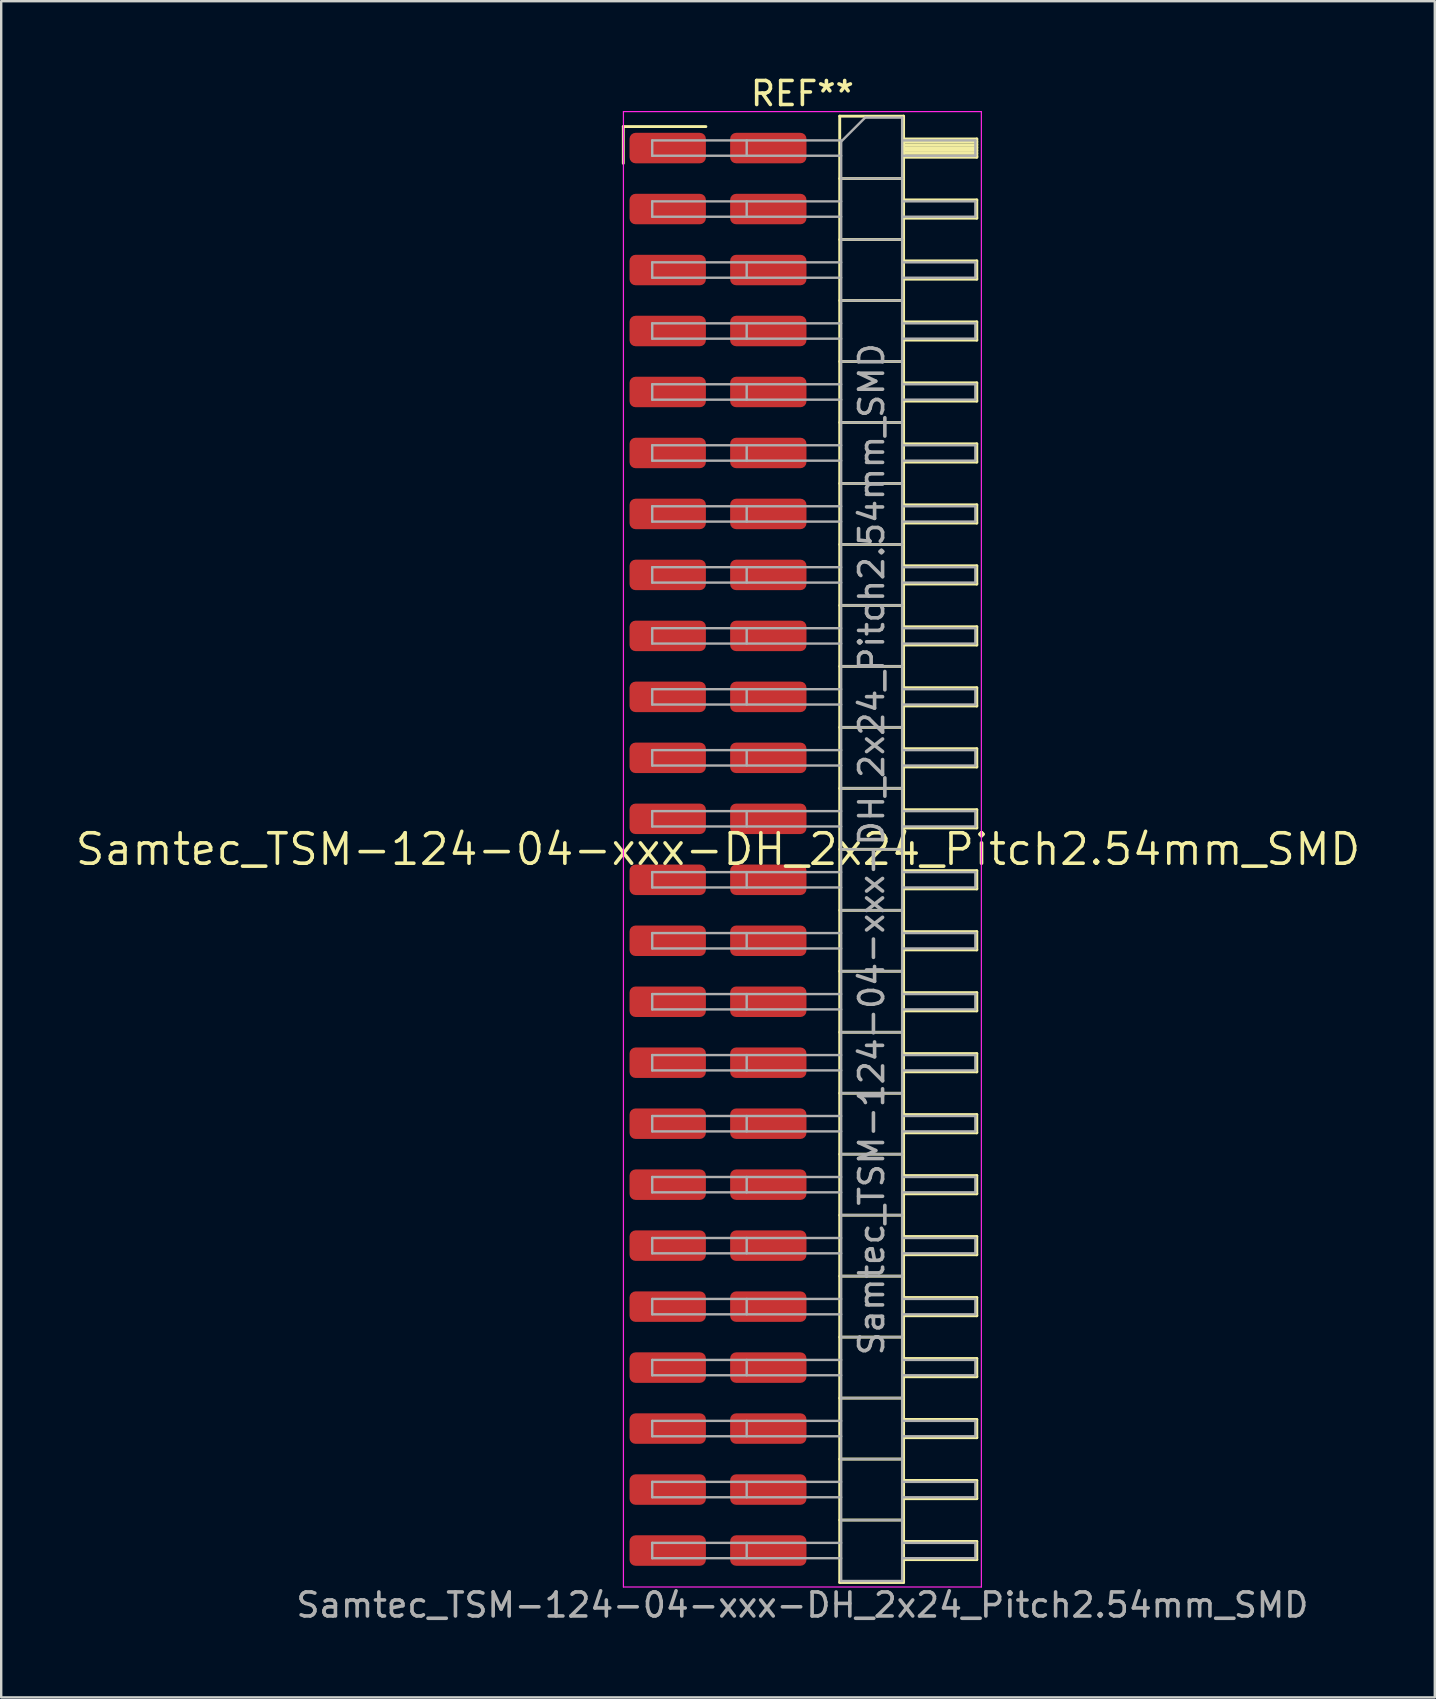
<source format=kicad_pcb>
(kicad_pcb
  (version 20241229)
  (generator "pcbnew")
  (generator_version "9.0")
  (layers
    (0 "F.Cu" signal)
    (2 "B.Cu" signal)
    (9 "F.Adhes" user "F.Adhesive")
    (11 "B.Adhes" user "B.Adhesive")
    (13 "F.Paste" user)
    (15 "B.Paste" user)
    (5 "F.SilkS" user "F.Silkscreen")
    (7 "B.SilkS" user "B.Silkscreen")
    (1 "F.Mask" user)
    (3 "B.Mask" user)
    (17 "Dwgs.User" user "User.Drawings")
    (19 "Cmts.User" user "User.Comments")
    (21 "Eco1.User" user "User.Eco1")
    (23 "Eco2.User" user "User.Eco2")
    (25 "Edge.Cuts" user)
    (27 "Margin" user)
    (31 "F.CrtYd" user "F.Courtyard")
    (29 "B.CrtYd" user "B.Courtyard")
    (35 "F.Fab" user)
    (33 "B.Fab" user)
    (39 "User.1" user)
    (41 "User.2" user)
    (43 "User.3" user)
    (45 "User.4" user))
  (footprint "Samtec_TSM-124-04-xxx-DH_2x24_Pitch2.54mm_SMD"
    (layer "F.Cu")
    (at 26.859 32.328)
    (property "Reference" "Samtec_TSM-124-04-xxx-DH_2x24_Pitch2.54mm_SMD" (at 0 0 0) (layer "F.SilkS") (effects (font (size 1.27 1.27) (thickness 0.15))))
    (attr smd)
    (fp_line (start -3.945 -30.105) (end -0.505 -30.105) (stroke (width 0.12) (type solid)) (layer "F.SilkS"))
    (fp_line (start -3.945 -28.575) (end -3.945 -30.105) (stroke (width 0.12) (type solid)) (layer "F.SilkS"))
    (fp_line (start 5.07 -30.54) (end 7.73 -30.54) (stroke (width 0.12) (type solid)) (layer "F.SilkS"))
    (fp_line (start 5.07 -27.94) (end 7.73 -27.94) (stroke (width 0.12) (type solid)) (layer "F.SilkS"))
    (fp_line (start 5.07 -25.4) (end 7.73 -25.4) (stroke (width 0.12) (type solid)) (layer "F.SilkS"))
    (fp_line (start 5.07 -22.86) (end 7.73 -22.86) (stroke (width 0.12) (type solid)) (layer "F.SilkS"))
    (fp_line (start 5.07 -20.32) (end 7.73 -20.32) (stroke (width 0.12) (type solid)) (layer "F.SilkS"))
    (fp_line (start 5.07 -17.78) (end 7.73 -17.78) (stroke (width 0.12) (type solid)) (layer "F.SilkS"))
    (fp_line (start 5.07 -15.24) (end 7.73 -15.24) (stroke (width 0.12) (type solid)) (layer "F.SilkS"))
    (fp_line (start 5.07 -12.7) (end 7.73 -12.7) (stroke (width 0.12) (type solid)) (layer "F.SilkS"))
    (fp_line (start 5.07 -10.16) (end 7.73 -10.16) (stroke (width 0.12) (type solid)) (layer "F.SilkS"))
    (fp_line (start 5.07 -7.62) (end 7.73 -7.62) (stroke (width 0.12) (type solid)) (layer "F.SilkS"))
    (fp_line (start 5.07 -5.08) (end 7.73 -5.08) (stroke (width 0.12) (type solid)) (layer "F.SilkS"))
    (fp_line (start 5.07 -2.54) (end 7.73 -2.54) (stroke (width 0.12) (type solid)) (layer "F.SilkS"))
    (fp_line (start 5.07 0) (end 7.73 0) (stroke (width 0.12) (type solid)) (layer "F.SilkS"))
    (fp_line (start 5.07 2.54) (end 7.73 2.54) (stroke (width 0.12) (type solid)) (layer "F.SilkS"))
    (fp_line (start 5.07 5.08) (end 7.73 5.08) (stroke (width 0.12) (type solid)) (layer "F.SilkS"))
    (fp_line (start 5.07 7.62) (end 7.73 7.62) (stroke (width 0.12) (type solid)) (layer "F.SilkS"))
    (fp_line (start 5.07 10.16) (end 7.73 10.16) (stroke (width 0.12) (type solid)) (layer "F.SilkS"))
    (fp_line (start 5.07 12.7) (end 7.73 12.7) (stroke (width 0.12) (type solid)) (layer "F.SilkS"))
    (fp_line (start 5.07 15.24) (end 7.73 15.24) (stroke (width 0.12) (type solid)) (layer "F.SilkS"))
    (fp_line (start 5.07 17.78) (end 7.73 17.78) (stroke (width 0.12) (type solid)) (layer "F.SilkS"))
    (fp_line (start 5.07 20.32) (end 7.73 20.32) (stroke (width 0.12) (type solid)) (layer "F.SilkS"))
    (fp_line (start 5.07 22.86) (end 7.73 22.86) (stroke (width 0.12) (type solid)) (layer "F.SilkS"))
    (fp_line (start 5.07 25.4) (end 7.73 25.4) (stroke (width 0.12) (type solid)) (layer "F.SilkS"))
    (fp_line (start 5.07 27.94) (end 7.73 27.94) (stroke (width 0.12) (type solid)) (layer "F.SilkS"))
    (fp_line (start 5.07 30.54) (end 5.07 -30.54) (stroke (width 0.12) (type solid)) (layer "F.SilkS"))
    (fp_line (start 7.73 -30.54) (end 7.73 30.54) (stroke (width 0.12) (type solid)) (layer "F.SilkS"))
    (fp_line (start 7.73 -29.59) (end 10.78 -29.59) (stroke (width 0.12) (type solid)) (layer "F.SilkS"))
    (fp_line (start 7.73 -29.47) (end 10.78 -29.47) (stroke (width 0.12) (type solid)) (layer "F.SilkS"))
    (fp_line (start 7.73 -29.35) (end 10.78 -29.35) (stroke (width 0.12) (type solid)) (layer "F.SilkS"))
    (fp_line (start 7.73 -29.23) (end 10.78 -29.23) (stroke (width 0.12) (type solid)) (layer "F.SilkS"))
    (fp_line (start 7.73 -29.11) (end 10.78 -29.11) (stroke (width 0.12) (type solid)) (layer "F.SilkS"))
    (fp_line (start 7.73 -28.99) (end 10.78 -28.99) (stroke (width 0.12) (type solid)) (layer "F.SilkS"))
    (fp_line (start 7.73 -28.87) (end 10.78 -28.87) (stroke (width 0.12) (type solid)) (layer "F.SilkS"))
    (fp_line (start 7.73 -28.83) (end 10.78 -28.83) (stroke (width 0.12) (type solid)) (layer "F.SilkS"))
    (fp_line (start 7.73 -27.05) (end 10.78 -27.05) (stroke (width 0.12) (type solid)) (layer "F.SilkS"))
    (fp_line (start 7.73 -26.29) (end 10.78 -26.29) (stroke (width 0.12) (type solid)) (layer "F.SilkS"))
    (fp_line (start 7.73 -24.51) (end 10.78 -24.51) (stroke (width 0.12) (type solid)) (layer "F.SilkS"))
    (fp_line (start 7.73 -23.75) (end 10.78 -23.75) (stroke (width 0.12) (type solid)) (layer "F.SilkS"))
    (fp_line (start 7.73 -21.97) (end 10.78 -21.97) (stroke (width 0.12) (type solid)) (layer "F.SilkS"))
    (fp_line (start 7.73 -21.21) (end 10.78 -21.21) (stroke (width 0.12) (type solid)) (layer "F.SilkS"))
    (fp_line (start 7.73 -19.43) (end 10.78 -19.43) (stroke (width 0.12) (type solid)) (layer "F.SilkS"))
    (fp_line (start 7.73 -18.67) (end 10.78 -18.67) (stroke (width 0.12) (type solid)) (layer "F.SilkS"))
    (fp_line (start 7.73 -16.89) (end 10.78 -16.89) (stroke (width 0.12) (type solid)) (layer "F.SilkS"))
    (fp_line (start 7.73 -16.13) (end 10.78 -16.13) (stroke (width 0.12) (type solid)) (layer "F.SilkS"))
    (fp_line (start 7.73 -14.35) (end 10.78 -14.35) (stroke (width 0.12) (type solid)) (layer "F.SilkS"))
    (fp_line (start 7.73 -13.59) (end 10.78 -13.59) (stroke (width 0.12) (type solid)) (layer "F.SilkS"))
    (fp_line (start 7.73 -11.81) (end 10.78 -11.81) (stroke (width 0.12) (type solid)) (layer "F.SilkS"))
    (fp_line (start 7.73 -11.05) (end 10.78 -11.05) (stroke (width 0.12) (type solid)) (layer "F.SilkS"))
    (fp_line (start 7.73 -9.27) (end 10.78 -9.27) (stroke (width 0.12) (type solid)) (layer "F.SilkS"))
    (fp_line (start 7.73 -8.51) (end 10.78 -8.51) (stroke (width 0.12) (type solid)) (layer "F.SilkS"))
    (fp_line (start 7.73 -6.73) (end 10.78 -6.73) (stroke (width 0.12) (type solid)) (layer "F.SilkS"))
    (fp_line (start 7.73 -5.97) (end 10.78 -5.97) (stroke (width 0.12) (type solid)) (layer "F.SilkS"))
    (fp_line (start 7.73 -4.19) (end 10.78 -4.19) (stroke (width 0.12) (type solid)) (layer "F.SilkS"))
    (fp_line (start 7.73 -3.43) (end 10.78 -3.43) (stroke (width 0.12) (type solid)) (layer "F.SilkS"))
    (fp_line (start 7.73 -1.65) (end 10.78 -1.65) (stroke (width 0.12) (type solid)) (layer "F.SilkS"))
    (fp_line (start 7.73 -0.89) (end 10.78 -0.89) (stroke (width 0.12) (type solid)) (layer "F.SilkS"))
    (fp_line (start 7.73 0.89) (end 10.78 0.89) (stroke (width 0.12) (type solid)) (layer "F.SilkS"))
    (fp_line (start 7.73 1.65) (end 10.78 1.65) (stroke (width 0.12) (type solid)) (layer "F.SilkS"))
    (fp_line (start 7.73 3.43) (end 10.78 3.43) (stroke (width 0.12) (type solid)) (layer "F.SilkS"))
    (fp_line (start 7.73 4.19) (end 10.78 4.19) (stroke (width 0.12) (type solid)) (layer "F.SilkS"))
    (fp_line (start 7.73 5.97) (end 10.78 5.97) (stroke (width 0.12) (type solid)) (layer "F.SilkS"))
    (fp_line (start 7.73 6.73) (end 10.78 6.73) (stroke (width 0.12) (type solid)) (layer "F.SilkS"))
    (fp_line (start 7.73 8.51) (end 10.78 8.51) (stroke (width 0.12) (type solid)) (layer "F.SilkS"))
    (fp_line (start 7.73 9.27) (end 10.78 9.27) (stroke (width 0.12) (type solid)) (layer "F.SilkS"))
    (fp_line (start 7.73 11.05) (end 10.78 11.05) (stroke (width 0.12) (type solid)) (layer "F.SilkS"))
    (fp_line (start 7.73 11.81) (end 10.78 11.81) (stroke (width 0.12) (type solid)) (layer "F.SilkS"))
    (fp_line (start 7.73 13.59) (end 10.78 13.59) (stroke (width 0.12) (type solid)) (layer "F.SilkS"))
    (fp_line (start 7.73 14.35) (end 10.78 14.35) (stroke (width 0.12) (type solid)) (layer "F.SilkS"))
    (fp_line (start 7.73 16.13) (end 10.78 16.13) (stroke (width 0.12) (type solid)) (layer "F.SilkS"))
    (fp_line (start 7.73 16.89) (end 10.78 16.89) (stroke (width 0.12) (type solid)) (layer "F.SilkS"))
    (fp_line (start 7.73 18.67) (end 10.78 18.67) (stroke (width 0.12) (type solid)) (layer "F.SilkS"))
    (fp_line (start 7.73 19.43) (end 10.78 19.43) (stroke (width 0.12) (type solid)) (layer "F.SilkS"))
    (fp_line (start 7.73 21.21) (end 10.78 21.21) (stroke (width 0.12) (type solid)) (layer "F.SilkS"))
    (fp_line (start 7.73 21.97) (end 10.78 21.97) (stroke (width 0.12) (type solid)) (layer "F.SilkS"))
    (fp_line (start 7.73 23.75) (end 10.78 23.75) (stroke (width 0.12) (type solid)) (layer "F.SilkS"))
    (fp_line (start 7.73 24.51) (end 10.78 24.51) (stroke (width 0.12) (type solid)) (layer "F.SilkS"))
    (fp_line (start 7.73 26.29) (end 10.78 26.29) (stroke (width 0.12) (type solid)) (layer "F.SilkS"))
    (fp_line (start 7.73 27.05) (end 10.78 27.05) (stroke (width 0.12) (type solid)) (layer "F.SilkS"))
    (fp_line (start 7.73 28.83) (end 10.78 28.83) (stroke (width 0.12) (type solid)) (layer "F.SilkS"))
    (fp_line (start 7.73 29.59) (end 10.78 29.59) (stroke (width 0.12) (type solid)) (layer "F.SilkS"))
    (fp_line (start 7.73 30.54) (end 5.07 30.54) (stroke (width 0.12) (type solid)) (layer "F.SilkS"))
    (fp_line (start 10.78 -29.59) (end 10.78 -28.83) (stroke (width 0.12) (type solid)) (layer "F.SilkS"))
    (fp_line (start 10.78 -27.05) (end 10.78 -26.29) (stroke (width 0.12) (type solid)) (layer "F.SilkS"))
    (fp_line (start 10.78 -24.51) (end 10.78 -23.75) (stroke (width 0.12) (type solid)) (layer "F.SilkS"))
    (fp_line (start 10.78 -21.97) (end 10.78 -21.21) (stroke (width 0.12) (type solid)) (layer "F.SilkS"))
    (fp_line (start 10.78 -19.43) (end 10.78 -18.67) (stroke (width 0.12) (type solid)) (layer "F.SilkS"))
    (fp_line (start 10.78 -16.89) (end 10.78 -16.13) (stroke (width 0.12) (type solid)) (layer "F.SilkS"))
    (fp_line (start 10.78 -14.35) (end 10.78 -13.59) (stroke (width 0.12) (type solid)) (layer "F.SilkS"))
    (fp_line (start 10.78 -11.81) (end 10.78 -11.05) (stroke (width 0.12) (type solid)) (layer "F.SilkS"))
    (fp_line (start 10.78 -9.27) (end 10.78 -8.51) (stroke (width 0.12) (type solid)) (layer "F.SilkS"))
    (fp_line (start 10.78 -6.73) (end 10.78 -5.97) (stroke (width 0.12) (type solid)) (layer "F.SilkS"))
    (fp_line (start 10.78 -4.19) (end 10.78 -3.43) (stroke (width 0.12) (type solid)) (layer "F.SilkS"))
    (fp_line (start 10.78 -1.65) (end 10.78 -0.89) (stroke (width 0.12) (type solid)) (layer "F.SilkS"))
    (fp_line (start 10.78 0.89) (end 10.78 1.65) (stroke (width 0.12) (type solid)) (layer "F.SilkS"))
    (fp_line (start 10.78 3.43) (end 10.78 4.19) (stroke (width 0.12) (type solid)) (layer "F.SilkS"))
    (fp_line (start 10.78 5.97) (end 10.78 6.73) (stroke (width 0.12) (type solid)) (layer "F.SilkS"))
    (fp_line (start 10.78 8.51) (end 10.78 9.27) (stroke (width 0.12) (type solid)) (layer "F.SilkS"))
    (fp_line (start 10.78 11.05) (end 10.78 11.81) (stroke (width 0.12) (type solid)) (layer "F.SilkS"))
    (fp_line (start 10.78 13.59) (end 10.78 14.35) (stroke (width 0.12) (type solid)) (layer "F.SilkS"))
    (fp_line (start 10.78 16.13) (end 10.78 16.89) (stroke (width 0.12) (type solid)) (layer "F.SilkS"))
    (fp_line (start 10.78 18.67) (end 10.78 19.43) (stroke (width 0.12) (type solid)) (layer "F.SilkS"))
    (fp_line (start 10.78 21.21) (end 10.78 21.97) (stroke (width 0.12) (type solid)) (layer "F.SilkS"))
    (fp_line (start 10.78 23.75) (end 10.78 24.51) (stroke (width 0.12) (type solid)) (layer "F.SilkS"))
    (fp_line (start 10.78 26.29) (end 10.78 27.05) (stroke (width 0.12) (type solid)) (layer "F.SilkS"))
    (fp_line (start 10.78 28.83) (end 10.78 29.59) (stroke (width 0.12) (type solid)) (layer "F.SilkS"))
    (fp_line (start -3.94 -30.73) (end 10.97 -30.73) (stroke (width 0.05) (type solid)) (layer "F.CrtYd"))
    (fp_line (start -3.94 30.73) (end -3.94 -30.73) (stroke (width 0.05) (type solid)) (layer "F.CrtYd"))
    (fp_line (start 10.97 -30.73) (end 10.97 30.73) (stroke (width 0.05) (type solid)) (layer "F.CrtYd"))
    (fp_line (start 10.97 30.73) (end -3.94 30.73) (stroke (width 0.05) (type solid)) (layer "F.CrtYd"))
    (fp_line (start -2.74 -29.53) (end -2.74 -28.89) (stroke (width 0.1) (type solid)) (layer "F.Fab"))
    (fp_line (start -2.74 -29.53) (end 5.13 -29.53) (stroke (width 0.1) (type solid)) (layer "F.Fab"))
    (fp_line (start -2.74 -28.89) (end 5.13 -28.89) (stroke (width 0.1) (type solid)) (layer "F.Fab"))
    (fp_line (start -2.74 -26.99) (end -2.74 -26.35) (stroke (width 0.1) (type solid)) (layer "F.Fab"))
    (fp_line (start -2.74 -26.99) (end 5.13 -26.99) (stroke (width 0.1) (type solid)) (layer "F.Fab"))
    (fp_line (start -2.74 -26.35) (end 5.13 -26.35) (stroke (width 0.1) (type solid)) (layer "F.Fab"))
    (fp_line (start -2.74 -24.45) (end -2.74 -23.81) (stroke (width 0.1) (type solid)) (layer "F.Fab"))
    (fp_line (start -2.74 -24.45) (end 5.13 -24.45) (stroke (width 0.1) (type solid)) (layer "F.Fab"))
    (fp_line (start -2.74 -23.81) (end 5.13 -23.81) (stroke (width 0.1) (type solid)) (layer "F.Fab"))
    (fp_line (start -2.74 -21.91) (end -2.74 -21.27) (stroke (width 0.1) (type solid)) (layer "F.Fab"))
    (fp_line (start -2.74 -21.91) (end 5.13 -21.91) (stroke (width 0.1) (type solid)) (layer "F.Fab"))
    (fp_line (start -2.74 -21.27) (end 5.13 -21.27) (stroke (width 0.1) (type solid)) (layer "F.Fab"))
    (fp_line (start -2.74 -19.37) (end -2.74 -18.73) (stroke (width 0.1) (type solid)) (layer "F.Fab"))
    (fp_line (start -2.74 -19.37) (end 5.13 -19.37) (stroke (width 0.1) (type solid)) (layer "F.Fab"))
    (fp_line (start -2.74 -18.73) (end 5.13 -18.73) (stroke (width 0.1) (type solid)) (layer "F.Fab"))
    (fp_line (start -2.74 -16.83) (end -2.74 -16.19) (stroke (width 0.1) (type solid)) (layer "F.Fab"))
    (fp_line (start -2.74 -16.83) (end 5.13 -16.83) (stroke (width 0.1) (type solid)) (layer "F.Fab"))
    (fp_line (start -2.74 -16.19) (end 5.13 -16.19) (stroke (width 0.1) (type solid)) (layer "F.Fab"))
    (fp_line (start -2.74 -14.29) (end -2.74 -13.65) (stroke (width 0.1) (type solid)) (layer "F.Fab"))
    (fp_line (start -2.74 -14.29) (end 5.13 -14.29) (stroke (width 0.1) (type solid)) (layer "F.Fab"))
    (fp_line (start -2.74 -13.65) (end 5.13 -13.65) (stroke (width 0.1) (type solid)) (layer "F.Fab"))
    (fp_line (start -2.74 -11.75) (end -2.74 -11.11) (stroke (width 0.1) (type solid)) (layer "F.Fab"))
    (fp_line (start -2.74 -11.75) (end 5.13 -11.75) (stroke (width 0.1) (type solid)) (layer "F.Fab"))
    (fp_line (start -2.74 -11.11) (end 5.13 -11.11) (stroke (width 0.1) (type solid)) (layer "F.Fab"))
    (fp_line (start -2.74 -9.21) (end -2.74 -8.57) (stroke (width 0.1) (type solid)) (layer "F.Fab"))
    (fp_line (start -2.74 -9.21) (end 5.13 -9.21) (stroke (width 0.1) (type solid)) (layer "F.Fab"))
    (fp_line (start -2.74 -8.57) (end 5.13 -8.57) (stroke (width 0.1) (type solid)) (layer "F.Fab"))
    (fp_line (start -2.74 -6.67) (end -2.74 -6.03) (stroke (width 0.1) (type solid)) (layer "F.Fab"))
    (fp_line (start -2.74 -6.67) (end 5.13 -6.67) (stroke (width 0.1) (type solid)) (layer "F.Fab"))
    (fp_line (start -2.74 -6.03) (end 5.13 -6.03) (stroke (width 0.1) (type solid)) (layer "F.Fab"))
    (fp_line (start -2.74 -4.13) (end -2.74 -3.49) (stroke (width 0.1) (type solid)) (layer "F.Fab"))
    (fp_line (start -2.74 -4.13) (end 5.13 -4.13) (stroke (width 0.1) (type solid)) (layer "F.Fab"))
    (fp_line (start -2.74 -3.49) (end 5.13 -3.49) (stroke (width 0.1) (type solid)) (layer "F.Fab"))
    (fp_line (start -2.74 -1.59) (end -2.74 -0.95) (stroke (width 0.1) (type solid)) (layer "F.Fab"))
    (fp_line (start -2.74 -1.59) (end 5.13 -1.59) (stroke (width 0.1) (type solid)) (layer "F.Fab"))
    (fp_line (start -2.74 -0.95) (end 5.13 -0.95) (stroke (width 0.1) (type solid)) (layer "F.Fab"))
    (fp_line (start -2.74 0.95) (end -2.74 1.59) (stroke (width 0.1) (type solid)) (layer "F.Fab"))
    (fp_line (start -2.74 0.95) (end 5.13 0.95) (stroke (width 0.1) (type solid)) (layer "F.Fab"))
    (fp_line (start -2.74 1.59) (end 5.13 1.59) (stroke (width 0.1) (type solid)) (layer "F.Fab"))
    (fp_line (start -2.74 3.49) (end -2.74 4.13) (stroke (width 0.1) (type solid)) (layer "F.Fab"))
    (fp_line (start -2.74 3.49) (end 5.13 3.49) (stroke (width 0.1) (type solid)) (layer "F.Fab"))
    (fp_line (start -2.74 4.13) (end 5.13 4.13) (stroke (width 0.1) (type solid)) (layer "F.Fab"))
    (fp_line (start -2.74 6.03) (end -2.74 6.67) (stroke (width 0.1) (type solid)) (layer "F.Fab"))
    (fp_line (start -2.74 6.03) (end 5.13 6.03) (stroke (width 0.1) (type solid)) (layer "F.Fab"))
    (fp_line (start -2.74 6.67) (end 5.13 6.67) (stroke (width 0.1) (type solid)) (layer "F.Fab"))
    (fp_line (start -2.74 8.57) (end -2.74 9.21) (stroke (width 0.1) (type solid)) (layer "F.Fab"))
    (fp_line (start -2.74 8.57) (end 5.13 8.57) (stroke (width 0.1) (type solid)) (layer "F.Fab"))
    (fp_line (start -2.74 9.21) (end 5.13 9.21) (stroke (width 0.1) (type solid)) (layer "F.Fab"))
    (fp_line (start -2.74 11.11) (end -2.74 11.75) (stroke (width 0.1) (type solid)) (layer "F.Fab"))
    (fp_line (start -2.74 11.11) (end 5.13 11.11) (stroke (width 0.1) (type solid)) (layer "F.Fab"))
    (fp_line (start -2.74 11.75) (end 5.13 11.75) (stroke (width 0.1) (type solid)) (layer "F.Fab"))
    (fp_line (start -2.74 13.65) (end -2.74 14.29) (stroke (width 0.1) (type solid)) (layer "F.Fab"))
    (fp_line (start -2.74 13.65) (end 5.13 13.65) (stroke (width 0.1) (type solid)) (layer "F.Fab"))
    (fp_line (start -2.74 14.29) (end 5.13 14.29) (stroke (width 0.1) (type solid)) (layer "F.Fab"))
    (fp_line (start -2.74 16.19) (end -2.74 16.83) (stroke (width 0.1) (type solid)) (layer "F.Fab"))
    (fp_line (start -2.74 16.19) (end 5.13 16.19) (stroke (width 0.1) (type solid)) (layer "F.Fab"))
    (fp_line (start -2.74 16.83) (end 5.13 16.83) (stroke (width 0.1) (type solid)) (layer "F.Fab"))
    (fp_line (start -2.74 18.73) (end -2.74 19.37) (stroke (width 0.1) (type solid)) (layer "F.Fab"))
    (fp_line (start -2.74 18.73) (end 5.13 18.73) (stroke (width 0.1) (type solid)) (layer "F.Fab"))
    (fp_line (start -2.74 19.37) (end 5.13 19.37) (stroke (width 0.1) (type solid)) (layer "F.Fab"))
    (fp_line (start -2.74 21.27) (end -2.74 21.91) (stroke (width 0.1) (type solid)) (layer "F.Fab"))
    (fp_line (start -2.74 21.27) (end 5.13 21.27) (stroke (width 0.1) (type solid)) (layer "F.Fab"))
    (fp_line (start -2.74 21.91) (end 5.13 21.91) (stroke (width 0.1) (type solid)) (layer "F.Fab"))
    (fp_line (start -2.74 23.81) (end -2.74 24.45) (stroke (width 0.1) (type solid)) (layer "F.Fab"))
    (fp_line (start -2.74 23.81) (end 5.13 23.81) (stroke (width 0.1) (type solid)) (layer "F.Fab"))
    (fp_line (start -2.74 24.45) (end 5.13 24.45) (stroke (width 0.1) (type solid)) (layer "F.Fab"))
    (fp_line (start -2.74 26.35) (end -2.74 26.99) (stroke (width 0.1) (type solid)) (layer "F.Fab"))
    (fp_line (start -2.74 26.35) (end 5.13 26.35) (stroke (width 0.1) (type solid)) (layer "F.Fab"))
    (fp_line (start -2.74 26.99) (end 5.13 26.99) (stroke (width 0.1) (type solid)) (layer "F.Fab"))
    (fp_line (start -2.74 28.89) (end -2.74 29.53) (stroke (width 0.1) (type solid)) (layer "F.Fab"))
    (fp_line (start -2.74 28.89) (end 5.13 28.89) (stroke (width 0.1) (type solid)) (layer "F.Fab"))
    (fp_line (start -2.74 29.53) (end 5.13 29.53) (stroke (width 0.1) (type solid)) (layer "F.Fab"))
    (fp_line (start 1.195 -29.53) (end 1.195 -28.89) (stroke (width 0.1) (type solid)) (layer "F.Fab"))
    (fp_line (start 1.195 -26.99) (end 1.195 -26.35) (stroke (width 0.1) (type solid)) (layer "F.Fab"))
    (fp_line (start 1.195 -24.45) (end 1.195 -23.81) (stroke (width 0.1) (type solid)) (layer "F.Fab"))
    (fp_line (start 1.195 -21.91) (end 1.195 -21.27) (stroke (width 0.1) (type solid)) (layer "F.Fab"))
    (fp_line (start 1.195 -19.37) (end 1.195 -18.73) (stroke (width 0.1) (type solid)) (layer "F.Fab"))
    (fp_line (start 1.195 -16.83) (end 1.195 -16.19) (stroke (width 0.1) (type solid)) (layer "F.Fab"))
    (fp_line (start 1.195 -14.29) (end 1.195 -13.65) (stroke (width 0.1) (type solid)) (layer "F.Fab"))
    (fp_line (start 1.195 -11.75) (end 1.195 -11.11) (stroke (width 0.1) (type solid)) (layer "F.Fab"))
    (fp_line (start 1.195 -9.21) (end 1.195 -8.57) (stroke (width 0.1) (type solid)) (layer "F.Fab"))
    (fp_line (start 1.195 -6.67) (end 1.195 -6.03) (stroke (width 0.1) (type solid)) (layer "F.Fab"))
    (fp_line (start 1.195 -4.13) (end 1.195 -3.49) (stroke (width 0.1) (type solid)) (layer "F.Fab"))
    (fp_line (start 1.195 -1.59) (end 1.195 -0.95) (stroke (width 0.1) (type solid)) (layer "F.Fab"))
    (fp_line (start 1.195 0.95) (end 1.195 1.59) (stroke (width 0.1) (type solid)) (layer "F.Fab"))
    (fp_line (start 1.195 3.49) (end 1.195 4.13) (stroke (width 0.1) (type solid)) (layer "F.Fab"))
    (fp_line (start 1.195 6.03) (end 1.195 6.67) (stroke (width 0.1) (type solid)) (layer "F.Fab"))
    (fp_line (start 1.195 8.57) (end 1.195 9.21) (stroke (width 0.1) (type solid)) (layer "F.Fab"))
    (fp_line (start 1.195 11.11) (end 1.195 11.75) (stroke (width 0.1) (type solid)) (layer "F.Fab"))
    (fp_line (start 1.195 13.65) (end 1.195 14.29) (stroke (width 0.1) (type solid)) (layer "F.Fab"))
    (fp_line (start 1.195 16.19) (end 1.195 16.83) (stroke (width 0.1) (type solid)) (layer "F.Fab"))
    (fp_line (start 1.195 18.73) (end 1.195 19.37) (stroke (width 0.1) (type solid)) (layer "F.Fab"))
    (fp_line (start 1.195 21.27) (end 1.195 21.91) (stroke (width 0.1) (type solid)) (layer "F.Fab"))
    (fp_line (start 1.195 23.81) (end 1.195 24.45) (stroke (width 0.1) (type solid)) (layer "F.Fab"))
    (fp_line (start 1.195 26.35) (end 1.195 26.99) (stroke (width 0.1) (type solid)) (layer "F.Fab"))
    (fp_line (start 1.195 28.89) (end 1.195 29.53) (stroke (width 0.1) (type solid)) (layer "F.Fab"))
    (fp_line (start 5.13 -29.48) (end 6.13 -30.48) (stroke (width 0.1) (type solid)) (layer "F.Fab"))
    (fp_line (start 5.13 -27.94) (end 7.67 -27.94) (stroke (width 0.1) (type solid)) (layer "F.Fab"))
    (fp_line (start 5.13 -25.4) (end 7.67 -25.4) (stroke (width 0.1) (type solid)) (layer "F.Fab"))
    (fp_line (start 5.13 -22.86) (end 7.67 -22.86) (stroke (width 0.1) (type solid)) (layer "F.Fab"))
    (fp_line (start 5.13 -20.32) (end 7.67 -20.32) (stroke (width 0.1) (type solid)) (layer "F.Fab"))
    (fp_line (start 5.13 -17.78) (end 7.67 -17.78) (stroke (width 0.1) (type solid)) (layer "F.Fab"))
    (fp_line (start 5.13 -15.24) (end 7.67 -15.24) (stroke (width 0.1) (type solid)) (layer "F.Fab"))
    (fp_line (start 5.13 -12.7) (end 7.67 -12.7) (stroke (width 0.1) (type solid)) (layer "F.Fab"))
    (fp_line (start 5.13 -10.16) (end 7.67 -10.16) (stroke (width 0.1) (type solid)) (layer "F.Fab"))
    (fp_line (start 5.13 -7.62) (end 7.67 -7.62) (stroke (width 0.1) (type solid)) (layer "F.Fab"))
    (fp_line (start 5.13 -5.08) (end 7.67 -5.08) (stroke (width 0.1) (type solid)) (layer "F.Fab"))
    (fp_line (start 5.13 -2.54) (end 7.67 -2.54) (stroke (width 0.1) (type solid)) (layer "F.Fab"))
    (fp_line (start 5.13 0) (end 7.67 0) (stroke (width 0.1) (type solid)) (layer "F.Fab"))
    (fp_line (start 5.13 2.54) (end 7.67 2.54) (stroke (width 0.1) (type solid)) (layer "F.Fab"))
    (fp_line (start 5.13 5.08) (end 7.67 5.08) (stroke (width 0.1) (type solid)) (layer "F.Fab"))
    (fp_line (start 5.13 7.62) (end 7.67 7.62) (stroke (width 0.1) (type solid)) (layer "F.Fab"))
    (fp_line (start 5.13 10.16) (end 7.67 10.16) (stroke (width 0.1) (type solid)) (layer "F.Fab"))
    (fp_line (start 5.13 12.7) (end 7.67 12.7) (stroke (width 0.1) (type solid)) (layer "F.Fab"))
    (fp_line (start 5.13 15.24) (end 7.67 15.24) (stroke (width 0.1) (type solid)) (layer "F.Fab"))
    (fp_line (start 5.13 17.78) (end 7.67 17.78) (stroke (width 0.1) (type solid)) (layer "F.Fab"))
    (fp_line (start 5.13 20.32) (end 7.67 20.32) (stroke (width 0.1) (type solid)) (layer "F.Fab"))
    (fp_line (start 5.13 22.86) (end 7.67 22.86) (stroke (width 0.1) (type solid)) (layer "F.Fab"))
    (fp_line (start 5.13 25.4) (end 7.67 25.4) (stroke (width 0.1) (type solid)) (layer "F.Fab"))
    (fp_line (start 5.13 27.94) (end 7.67 27.94) (stroke (width 0.1) (type solid)) (layer "F.Fab"))
    (fp_line (start 5.13 30.48) (end 5.13 -29.48) (stroke (width 0.1) (type solid)) (layer "F.Fab"))
    (fp_line (start 6.13 -30.48) (end 7.67 -30.48) (stroke (width 0.1) (type solid)) (layer "F.Fab"))
    (fp_line (start 7.67 -30.48) (end 7.67 30.48) (stroke (width 0.1) (type solid)) (layer "F.Fab"))
    (fp_line (start 7.67 -29.53) (end 10.72 -29.53) (stroke (width 0.1) (type solid)) (layer "F.Fab"))
    (fp_line (start 7.67 -28.89) (end 10.72 -28.89) (stroke (width 0.1) (type solid)) (layer "F.Fab"))
    (fp_line (start 7.67 -26.99) (end 10.72 -26.99) (stroke (width 0.1) (type solid)) (layer "F.Fab"))
    (fp_line (start 7.67 -26.35) (end 10.72 -26.35) (stroke (width 0.1) (type solid)) (layer "F.Fab"))
    (fp_line (start 7.67 -24.45) (end 10.72 -24.45) (stroke (width 0.1) (type solid)) (layer "F.Fab"))
    (fp_line (start 7.67 -23.81) (end 10.72 -23.81) (stroke (width 0.1) (type solid)) (layer "F.Fab"))
    (fp_line (start 7.67 -21.91) (end 10.72 -21.91) (stroke (width 0.1) (type solid)) (layer "F.Fab"))
    (fp_line (start 7.67 -21.27) (end 10.72 -21.27) (stroke (width 0.1) (type solid)) (layer "F.Fab"))
    (fp_line (start 7.67 -19.37) (end 10.72 -19.37) (stroke (width 0.1) (type solid)) (layer "F.Fab"))
    (fp_line (start 7.67 -18.73) (end 10.72 -18.73) (stroke (width 0.1) (type solid)) (layer "F.Fab"))
    (fp_line (start 7.67 -16.83) (end 10.72 -16.83) (stroke (width 0.1) (type solid)) (layer "F.Fab"))
    (fp_line (start 7.67 -16.19) (end 10.72 -16.19) (stroke (width 0.1) (type solid)) (layer "F.Fab"))
    (fp_line (start 7.67 -14.29) (end 10.72 -14.29) (stroke (width 0.1) (type solid)) (layer "F.Fab"))
    (fp_line (start 7.67 -13.65) (end 10.72 -13.65) (stroke (width 0.1) (type solid)) (layer "F.Fab"))
    (fp_line (start 7.67 -11.75) (end 10.72 -11.75) (stroke (width 0.1) (type solid)) (layer "F.Fab"))
    (fp_line (start 7.67 -11.11) (end 10.72 -11.11) (stroke (width 0.1) (type solid)) (layer "F.Fab"))
    (fp_line (start 7.67 -9.21) (end 10.72 -9.21) (stroke (width 0.1) (type solid)) (layer "F.Fab"))
    (fp_line (start 7.67 -8.57) (end 10.72 -8.57) (stroke (width 0.1) (type solid)) (layer "F.Fab"))
    (fp_line (start 7.67 -6.67) (end 10.72 -6.67) (stroke (width 0.1) (type solid)) (layer "F.Fab"))
    (fp_line (start 7.67 -6.03) (end 10.72 -6.03) (stroke (width 0.1) (type solid)) (layer "F.Fab"))
    (fp_line (start 7.67 -4.13) (end 10.72 -4.13) (stroke (width 0.1) (type solid)) (layer "F.Fab"))
    (fp_line (start 7.67 -3.49) (end 10.72 -3.49) (stroke (width 0.1) (type solid)) (layer "F.Fab"))
    (fp_line (start 7.67 -1.59) (end 10.72 -1.59) (stroke (width 0.1) (type solid)) (layer "F.Fab"))
    (fp_line (start 7.67 -0.95) (end 10.72 -0.95) (stroke (width 0.1) (type solid)) (layer "F.Fab"))
    (fp_line (start 7.67 0.95) (end 10.72 0.95) (stroke (width 0.1) (type solid)) (layer "F.Fab"))
    (fp_line (start 7.67 1.59) (end 10.72 1.59) (stroke (width 0.1) (type solid)) (layer "F.Fab"))
    (fp_line (start 7.67 3.49) (end 10.72 3.49) (stroke (width 0.1) (type solid)) (layer "F.Fab"))
    (fp_line (start 7.67 4.13) (end 10.72 4.13) (stroke (width 0.1) (type solid)) (layer "F.Fab"))
    (fp_line (start 7.67 6.03) (end 10.72 6.03) (stroke (width 0.1) (type solid)) (layer "F.Fab"))
    (fp_line (start 7.67 6.67) (end 10.72 6.67) (stroke (width 0.1) (type solid)) (layer "F.Fab"))
    (fp_line (start 7.67 8.57) (end 10.72 8.57) (stroke (width 0.1) (type solid)) (layer "F.Fab"))
    (fp_line (start 7.67 9.21) (end 10.72 9.21) (stroke (width 0.1) (type solid)) (layer "F.Fab"))
    (fp_line (start 7.67 11.11) (end 10.72 11.11) (stroke (width 0.1) (type solid)) (layer "F.Fab"))
    (fp_line (start 7.67 11.75) (end 10.72 11.75) (stroke (width 0.1) (type solid)) (layer "F.Fab"))
    (fp_line (start 7.67 13.65) (end 10.72 13.65) (stroke (width 0.1) (type solid)) (layer "F.Fab"))
    (fp_line (start 7.67 14.29) (end 10.72 14.29) (stroke (width 0.1) (type solid)) (layer "F.Fab"))
    (fp_line (start 7.67 16.19) (end 10.72 16.19) (stroke (width 0.1) (type solid)) (layer "F.Fab"))
    (fp_line (start 7.67 16.83) (end 10.72 16.83) (stroke (width 0.1) (type solid)) (layer "F.Fab"))
    (fp_line (start 7.67 18.73) (end 10.72 18.73) (stroke (width 0.1) (type solid)) (layer "F.Fab"))
    (fp_line (start 7.67 19.37) (end 10.72 19.37) (stroke (width 0.1) (type solid)) (layer "F.Fab"))
    (fp_line (start 7.67 21.27) (end 10.72 21.27) (stroke (width 0.1) (type solid)) (layer "F.Fab"))
    (fp_line (start 7.67 21.91) (end 10.72 21.91) (stroke (width 0.1) (type solid)) (layer "F.Fab"))
    (fp_line (start 7.67 23.81) (end 10.72 23.81) (stroke (width 0.1) (type solid)) (layer "F.Fab"))
    (fp_line (start 7.67 24.45) (end 10.72 24.45) (stroke (width 0.1) (type solid)) (layer "F.Fab"))
    (fp_line (start 7.67 26.35) (end 10.72 26.35) (stroke (width 0.1) (type solid)) (layer "F.Fab"))
    (fp_line (start 7.67 26.99) (end 10.72 26.99) (stroke (width 0.1) (type solid)) (layer "F.Fab"))
    (fp_line (start 7.67 28.89) (end 10.72 28.89) (stroke (width 0.1) (type solid)) (layer "F.Fab"))
    (fp_line (start 7.67 29.53) (end 10.72 29.53) (stroke (width 0.1) (type solid)) (layer "F.Fab"))
    (fp_line (start 7.67 30.48) (end 5.13 30.48) (stroke (width 0.1) (type solid)) (layer "F.Fab"))
    (fp_line (start 10.72 -29.53) (end 10.72 -28.89) (stroke (width 0.1) (type solid)) (layer "F.Fab"))
    (fp_line (start 10.72 -26.99) (end 10.72 -26.35) (stroke (width 0.1) (type solid)) (layer "F.Fab"))
    (fp_line (start 10.72 -24.45) (end 10.72 -23.81) (stroke (width 0.1) (type solid)) (layer "F.Fab"))
    (fp_line (start 10.72 -21.91) (end 10.72 -21.27) (stroke (width 0.1) (type solid)) (layer "F.Fab"))
    (fp_line (start 10.72 -19.37) (end 10.72 -18.73) (stroke (width 0.1) (type solid)) (layer "F.Fab"))
    (fp_line (start 10.72 -16.83) (end 10.72 -16.19) (stroke (width 0.1) (type solid)) (layer "F.Fab"))
    (fp_line (start 10.72 -14.29) (end 10.72 -13.65) (stroke (width 0.1) (type solid)) (layer "F.Fab"))
    (fp_line (start 10.72 -11.75) (end 10.72 -11.11) (stroke (width 0.1) (type solid)) (layer "F.Fab"))
    (fp_line (start 10.72 -9.21) (end 10.72 -8.57) (stroke (width 0.1) (type solid)) (layer "F.Fab"))
    (fp_line (start 10.72 -6.67) (end 10.72 -6.03) (stroke (width 0.1) (type solid)) (layer "F.Fab"))
    (fp_line (start 10.72 -4.13) (end 10.72 -3.49) (stroke (width 0.1) (type solid)) (layer "F.Fab"))
    (fp_line (start 10.72 -1.59) (end 10.72 -0.95) (stroke (width 0.1) (type solid)) (layer "F.Fab"))
    (fp_line (start 10.72 0.95) (end 10.72 1.59) (stroke (width 0.1) (type solid)) (layer "F.Fab"))
    (fp_line (start 10.72 3.49) (end 10.72 4.13) (stroke (width 0.1) (type solid)) (layer "F.Fab"))
    (fp_line (start 10.72 6.03) (end 10.72 6.67) (stroke (width 0.1) (type solid)) (layer "F.Fab"))
    (fp_line (start 10.72 8.57) (end 10.72 9.21) (stroke (width 0.1) (type solid)) (layer "F.Fab"))
    (fp_line (start 10.72 11.11) (end 10.72 11.75) (stroke (width 0.1) (type solid)) (layer "F.Fab"))
    (fp_line (start 10.72 13.65) (end 10.72 14.29) (stroke (width 0.1) (type solid)) (layer "F.Fab"))
    (fp_line (start 10.72 16.19) (end 10.72 16.83) (stroke (width 0.1) (type solid)) (layer "F.Fab"))
    (fp_line (start 10.72 18.73) (end 10.72 19.37) (stroke (width 0.1) (type solid)) (layer "F.Fab"))
    (fp_line (start 10.72 21.27) (end 10.72 21.91) (stroke (width 0.1) (type solid)) (layer "F.Fab"))
    (fp_line (start 10.72 23.81) (end 10.72 24.45) (stroke (width 0.1) (type solid)) (layer "F.Fab"))
    (fp_line (start 10.72 26.35) (end 10.72 26.99) (stroke (width 0.1) (type solid)) (layer "F.Fab"))
    (fp_line (start 10.72 28.89) (end 10.72 29.53) (stroke (width 0.1) (type solid)) (layer "F.Fab"))
    (fp_text user "REF**" (at 3.515 -31.48 0) (layer "F.SilkS") (effects (font (size 1 1) (thickness 0.15))))
    (fp_text user "Samtec_TSM-124-04-xxx-DH_2x24_Pitch2.54mm_SMD" (at 3.515 31.48 0) (layer "F.Fab") (effects (font (size 1 1) (thickness 0.15))))
    (fp_text user "${REFERENCE}" (at 6.4 0 90) (layer "F.Fab") (effects (font (size 1 1) (thickness 0.15))))
    (pad "1" smd roundrect (at -2.095 -29.21) (size 3.18 1.27) (layers "F.Cu" "F.Mask" "F.Paste") (roundrect_rratio 0.197))
    (pad "2" smd roundrect (at 2.095 -29.21) (size 3.18 1.27) (layers "F.Cu" "F.Mask" "F.Paste") (roundrect_rratio 0.197))
    (pad "3" smd roundrect (at -2.095 -26.67) (size 3.18 1.27) (layers "F.Cu" "F.Mask" "F.Paste") (roundrect_rratio 0.197))
    (pad "4" smd roundrect (at 2.095 -26.67) (size 3.18 1.27) (layers "F.Cu" "F.Mask" "F.Paste") (roundrect_rratio 0.197))
    (pad "5" smd roundrect (at -2.095 -24.13) (size 3.18 1.27) (layers "F.Cu" "F.Mask" "F.Paste") (roundrect_rratio 0.197))
    (pad "6" smd roundrect (at 2.095 -24.13) (size 3.18 1.27) (layers "F.Cu" "F.Mask" "F.Paste") (roundrect_rratio 0.197))
    (pad "7" smd roundrect (at -2.095 -21.59) (size 3.18 1.27) (layers "F.Cu" "F.Mask" "F.Paste") (roundrect_rratio 0.197))
    (pad "8" smd roundrect (at 2.095 -21.59) (size 3.18 1.27) (layers "F.Cu" "F.Mask" "F.Paste") (roundrect_rratio 0.197))
    (pad "9" smd roundrect (at -2.095 -19.05) (size 3.18 1.27) (layers "F.Cu" "F.Mask" "F.Paste") (roundrect_rratio 0.197))
    (pad "10" smd roundrect (at 2.095 -19.05) (size 3.18 1.27) (layers "F.Cu" "F.Mask" "F.Paste") (roundrect_rratio 0.197))
    (pad "11" smd roundrect (at -2.095 -16.51) (size 3.18 1.27) (layers "F.Cu" "F.Mask" "F.Paste") (roundrect_rratio 0.197))
    (pad "12" smd roundrect (at 2.095 -16.51) (size 3.18 1.27) (layers "F.Cu" "F.Mask" "F.Paste") (roundrect_rratio 0.197))
    (pad "13" smd roundrect (at -2.095 -13.97) (size 3.18 1.27) (layers "F.Cu" "F.Mask" "F.Paste") (roundrect_rratio 0.197))
    (pad "14" smd roundrect (at 2.095 -13.97) (size 3.18 1.27) (layers "F.Cu" "F.Mask" "F.Paste") (roundrect_rratio 0.197))
    (pad "15" smd roundrect (at -2.095 -11.43) (size 3.18 1.27) (layers "F.Cu" "F.Mask" "F.Paste") (roundrect_rratio 0.197))
    (pad "16" smd roundrect (at 2.095 -11.43) (size 3.18 1.27) (layers "F.Cu" "F.Mask" "F.Paste") (roundrect_rratio 0.197))
    (pad "17" smd roundrect (at -2.095 -8.89) (size 3.18 1.27) (layers "F.Cu" "F.Mask" "F.Paste") (roundrect_rratio 0.197))
    (pad "18" smd roundrect (at 2.095 -8.89) (size 3.18 1.27) (layers "F.Cu" "F.Mask" "F.Paste") (roundrect_rratio 0.197))
    (pad "19" smd roundrect (at -2.095 -6.35) (size 3.18 1.27) (layers "F.Cu" "F.Mask" "F.Paste") (roundrect_rratio 0.197))
    (pad "20" smd roundrect (at 2.095 -6.35) (size 3.18 1.27) (layers "F.Cu" "F.Mask" "F.Paste") (roundrect_rratio 0.197))
    (pad "21" smd roundrect (at -2.095 -3.81) (size 3.18 1.27) (layers "F.Cu" "F.Mask" "F.Paste") (roundrect_rratio 0.197))
    (pad "22" smd roundrect (at 2.095 -3.81) (size 3.18 1.27) (layers "F.Cu" "F.Mask" "F.Paste") (roundrect_rratio 0.197))
    (pad "23" smd roundrect (at -2.095 -1.27) (size 3.18 1.27) (layers "F.Cu" "F.Mask" "F.Paste") (roundrect_rratio 0.197))
    (pad "24" smd roundrect (at 2.095 -1.27) (size 3.18 1.27) (layers "F.Cu" "F.Mask" "F.Paste") (roundrect_rratio 0.197))
    (pad "25" smd roundrect (at -2.095 1.27) (size 3.18 1.27) (layers "F.Cu" "F.Mask" "F.Paste") (roundrect_rratio 0.197))
    (pad "26" smd roundrect (at 2.095 1.27) (size 3.18 1.27) (layers "F.Cu" "F.Mask" "F.Paste") (roundrect_rratio 0.197))
    (pad "27" smd roundrect (at -2.095 3.81) (size 3.18 1.27) (layers "F.Cu" "F.Mask" "F.Paste") (roundrect_rratio 0.197))
    (pad "28" smd roundrect (at 2.095 3.81) (size 3.18 1.27) (layers "F.Cu" "F.Mask" "F.Paste") (roundrect_rratio 0.197))
    (pad "29" smd roundrect (at -2.095 6.35) (size 3.18 1.27) (layers "F.Cu" "F.Mask" "F.Paste") (roundrect_rratio 0.197))
    (pad "30" smd roundrect (at 2.095 6.35) (size 3.18 1.27) (layers "F.Cu" "F.Mask" "F.Paste") (roundrect_rratio 0.197))
    (pad "31" smd roundrect (at -2.095 8.89) (size 3.18 1.27) (layers "F.Cu" "F.Mask" "F.Paste") (roundrect_rratio 0.197))
    (pad "32" smd roundrect (at 2.095 8.89) (size 3.18 1.27) (layers "F.Cu" "F.Mask" "F.Paste") (roundrect_rratio 0.197))
    (pad "33" smd roundrect (at -2.095 11.43) (size 3.18 1.27) (layers "F.Cu" "F.Mask" "F.Paste") (roundrect_rratio 0.197))
    (pad "34" smd roundrect (at 2.095 11.43) (size 3.18 1.27) (layers "F.Cu" "F.Mask" "F.Paste") (roundrect_rratio 0.197))
    (pad "35" smd roundrect (at -2.095 13.97) (size 3.18 1.27) (layers "F.Cu" "F.Mask" "F.Paste") (roundrect_rratio 0.197))
    (pad "36" smd roundrect (at 2.095 13.97) (size 3.18 1.27) (layers "F.Cu" "F.Mask" "F.Paste") (roundrect_rratio 0.197))
    (pad "37" smd roundrect (at -2.095 16.51) (size 3.18 1.27) (layers "F.Cu" "F.Mask" "F.Paste") (roundrect_rratio 0.197))
    (pad "38" smd roundrect (at 2.095 16.51) (size 3.18 1.27) (layers "F.Cu" "F.Mask" "F.Paste") (roundrect_rratio 0.197))
    (pad "39" smd roundrect (at -2.095 19.05) (size 3.18 1.27) (layers "F.Cu" "F.Mask" "F.Paste") (roundrect_rratio 0.197))
    (pad "40" smd roundrect (at 2.095 19.05) (size 3.18 1.27) (layers "F.Cu" "F.Mask" "F.Paste") (roundrect_rratio 0.197))
    (pad "41" smd roundrect (at -2.095 21.59) (size 3.18 1.27) (layers "F.Cu" "F.Mask" "F.Paste") (roundrect_rratio 0.197))
    (pad "42" smd roundrect (at 2.095 21.59) (size 3.18 1.27) (layers "F.Cu" "F.Mask" "F.Paste") (roundrect_rratio 0.197))
    (pad "43" smd roundrect (at -2.095 24.13) (size 3.18 1.27) (layers "F.Cu" "F.Mask" "F.Paste") (roundrect_rratio 0.197))
    (pad "44" smd roundrect (at 2.095 24.13) (size 3.18 1.27) (layers "F.Cu" "F.Mask" "F.Paste") (roundrect_rratio 0.197))
    (pad "45" smd roundrect (at -2.095 26.67) (size 3.18 1.27) (layers "F.Cu" "F.Mask" "F.Paste") (roundrect_rratio 0.197))
    (pad "46" smd roundrect (at 2.095 26.67) (size 3.18 1.27) (layers "F.Cu" "F.Mask" "F.Paste") (roundrect_rratio 0.197))
    (pad "47" smd roundrect (at -2.095 29.21) (size 3.18 1.27) (layers "F.Cu" "F.Mask" "F.Paste") (roundrect_rratio 0.197))
    (pad "48" smd roundrect (at 2.095 29.21) (size 3.18 1.27) (layers "F.Cu" "F.Mask" "F.Paste") (roundrect_rratio 0.197)))
  (gr_rect
    (start -3 -3)
    (end 56.717 67.656)
    (stroke (width 0.1) (type default))
    (fill no)
    (layer "Edge.Cuts")))
</source>
